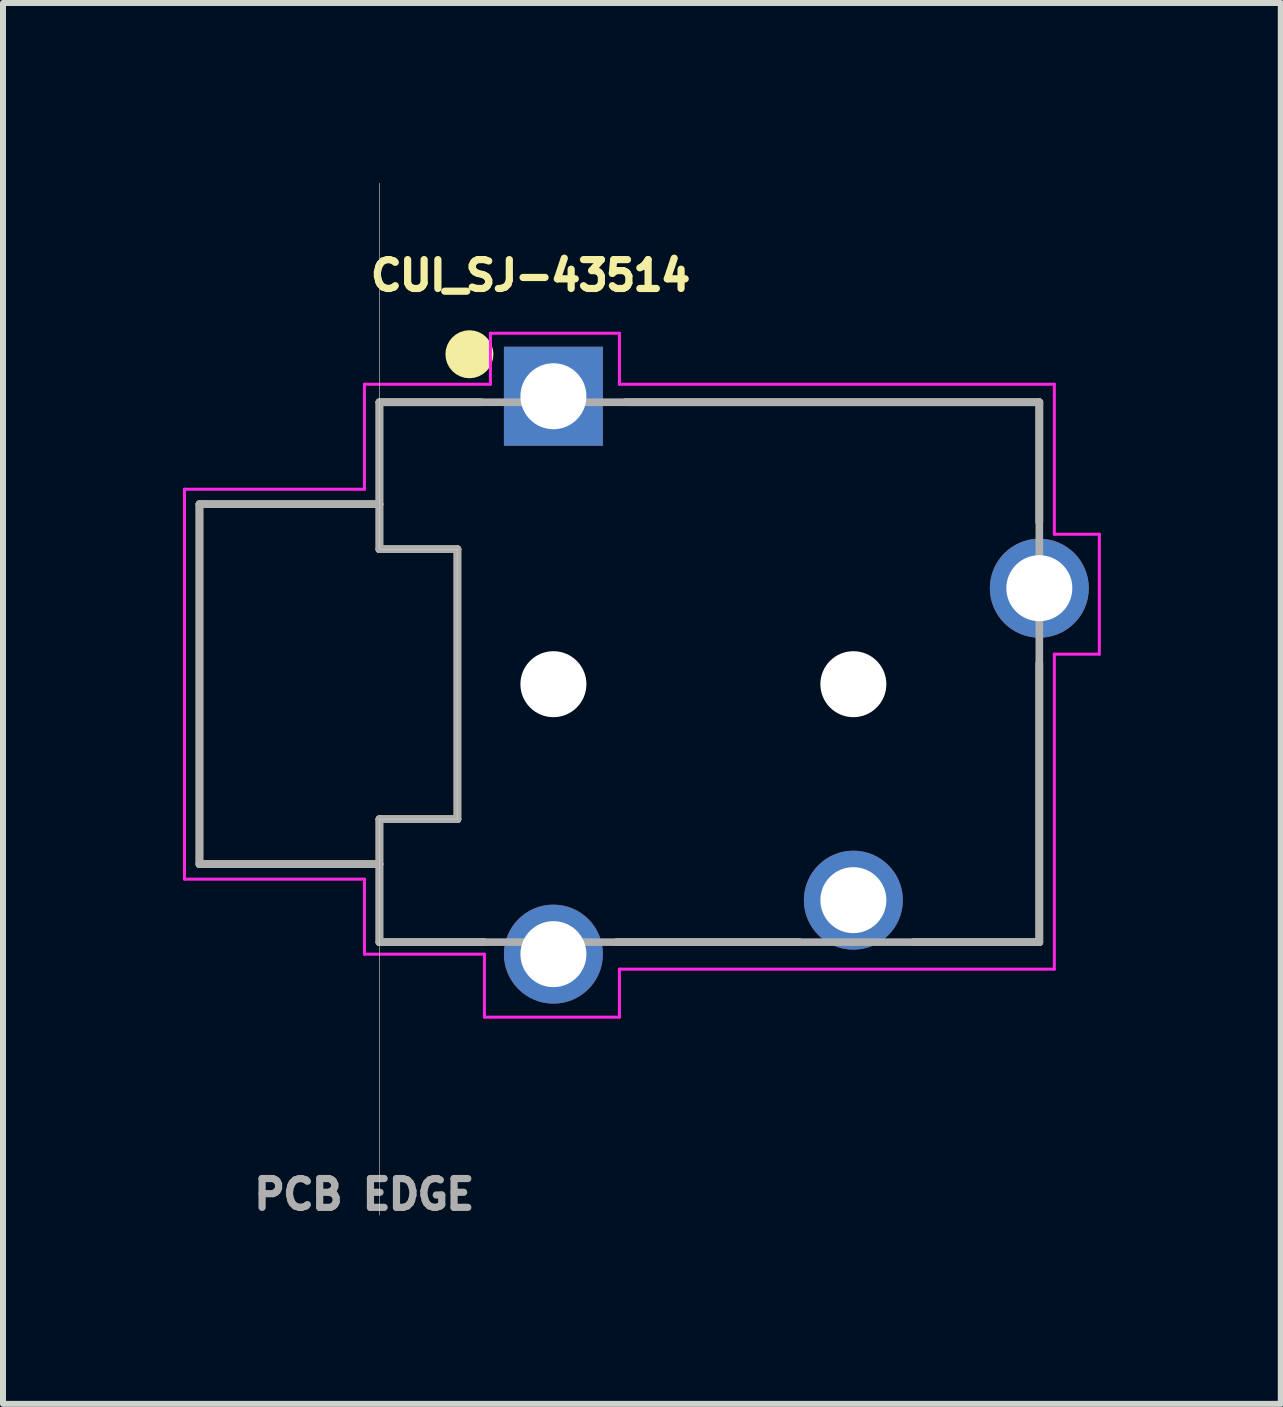
<source format=kicad_pcb>
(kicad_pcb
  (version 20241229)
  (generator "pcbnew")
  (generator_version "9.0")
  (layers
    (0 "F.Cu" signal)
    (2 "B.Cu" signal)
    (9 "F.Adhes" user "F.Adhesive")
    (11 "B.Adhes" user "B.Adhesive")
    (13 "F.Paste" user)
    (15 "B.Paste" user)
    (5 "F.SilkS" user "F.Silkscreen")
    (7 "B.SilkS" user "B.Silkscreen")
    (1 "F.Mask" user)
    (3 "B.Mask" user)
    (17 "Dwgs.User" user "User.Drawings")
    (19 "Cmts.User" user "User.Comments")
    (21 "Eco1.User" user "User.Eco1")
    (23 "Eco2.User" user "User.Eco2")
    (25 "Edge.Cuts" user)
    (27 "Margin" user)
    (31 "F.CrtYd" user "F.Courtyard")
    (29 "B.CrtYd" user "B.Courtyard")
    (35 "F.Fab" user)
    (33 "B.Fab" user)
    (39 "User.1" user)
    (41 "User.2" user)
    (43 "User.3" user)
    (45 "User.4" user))
  (footprint "CUI_SJ-43514"
    (layer "F.Cu")
    (at 8.775 8.355)
    (property "Reference" "CUI_SJ-43514" (at -2.98 -6.813 0) (layer "F.SilkS") (effects (font (size 0.481 0.481) (thickness 0.15))))
    (attr through_hole)
    (fp_line (start -8.5 -3) (end -5.5 -3) (stroke (width 0.127) (type solid)) (layer "F.SilkS"))
    (fp_line (start -8.5 3) (end -8.5 -3) (stroke (width 0.127) (type solid)) (layer "F.SilkS"))
    (fp_line (start -5.5 -4.7) (end -5.5 -3) (stroke (width 0.127) (type solid)) (layer "F.SilkS"))
    (fp_line (start -5.5 -3) (end -5.5 -2.25) (stroke (width 0.127) (type solid)) (layer "F.SilkS"))
    (fp_line (start -5.5 -2.25) (end -4.2 -2.25) (stroke (width 0.127) (type solid)) (layer "F.SilkS"))
    (fp_line (start -5.5 2.25) (end -5.5 3) (stroke (width 0.127) (type solid)) (layer "F.SilkS"))
    (fp_line (start -5.5 3) (end -8.5 3) (stroke (width 0.127) (type solid)) (layer "F.SilkS"))
    (fp_line (start -5.5 3) (end -5.5 4.3) (stroke (width 0.127) (type solid)) (layer "F.SilkS"))
    (fp_line (start -5.5 4.3) (end -3.75 4.3) (stroke (width 0.127) (type solid)) (layer "F.SilkS"))
    (fp_line (start -4.2 -2.25) (end -4.2 2.25) (stroke (width 0.127) (type solid)) (layer "F.SilkS"))
    (fp_line (start -4.2 2.25) (end -5.5 2.25) (stroke (width 0.127) (type solid)) (layer "F.SilkS"))
    (fp_line (start -3.8 -4.7) (end -5.5 -4.7) (stroke (width 0.127) (type solid)) (layer "F.SilkS"))
    (fp_line (start -1.4 -4.7) (end 5.5 -4.7) (stroke (width 0.127) (type solid)) (layer "F.SilkS"))
    (fp_line (start 1.5 4.3) (end -1.55 4.3) (stroke (width 0.127) (type solid)) (layer "F.SilkS"))
    (fp_line (start 5.5 -4.7) (end 5.5 -2.7) (stroke (width 0.127) (type solid)) (layer "F.SilkS"))
    (fp_line (start 5.5 -0.35) (end 5.5 4.3) (stroke (width 0.127) (type solid)) (layer "F.SilkS"))
    (fp_line (start 5.5 4.3) (end 3.4 4.3) (stroke (width 0.127) (type solid)) (layer "F.SilkS"))
    (fp_circle (center -4 -5.5) (end -3.8 -5.5) (stroke (width 0.4) (type solid)) (fill no) (layer "F.SilkS"))
    (fp_line (start -5.5 -8.35) (end -5.5 -2.25) (stroke (width 0.01) (type solid)) (layer "Edge.Cuts"))
    (fp_line (start -5.5 -2.25) (end -4.2 -2.25) (stroke (width 0.01) (type solid)) (layer "Edge.Cuts"))
    (fp_line (start -5.5 2.25) (end -5.5 8.85) (stroke (width 0.01) (type solid)) (layer "Edge.Cuts"))
    (fp_line (start -4.2 -2.25) (end -4.2 2.25) (stroke (width 0.01) (type solid)) (layer "Edge.Cuts"))
    (fp_line (start -4.2 2.25) (end -5.5 2.25) (stroke (width 0.01) (type solid)) (layer "Edge.Cuts"))
    (fp_line (start -8.75 -3.25) (end -5.75 -3.25) (stroke (width 0.05) (type solid)) (layer "F.CrtYd"))
    (fp_line (start -8.75 3.25) (end -8.75 -3.25) (stroke (width 0.05) (type solid)) (layer "F.CrtYd"))
    (fp_line (start -5.75 -5) (end -3.65 -5) (stroke (width 0.05) (type solid)) (layer "F.CrtYd"))
    (fp_line (start -5.75 -3.25) (end -5.75 -5) (stroke (width 0.05) (type solid)) (layer "F.CrtYd"))
    (fp_line (start -5.75 3.25) (end -8.75 3.25) (stroke (width 0.05) (type solid)) (layer "F.CrtYd"))
    (fp_line (start -5.75 4.5) (end -5.75 3.25) (stroke (width 0.05) (type solid)) (layer "F.CrtYd"))
    (fp_line (start -3.75 4.5) (end -5.75 4.5) (stroke (width 0.05) (type solid)) (layer "F.CrtYd"))
    (fp_line (start -3.75 5.55) (end -3.75 4.5) (stroke (width 0.05) (type solid)) (layer "F.CrtYd"))
    (fp_line (start -3.65 -5.85) (end -1.5 -5.85) (stroke (width 0.05) (type solid)) (layer "F.CrtYd"))
    (fp_line (start -3.65 -5) (end -3.65 -5.85) (stroke (width 0.05) (type solid)) (layer "F.CrtYd"))
    (fp_line (start -1.5 -5.85) (end -1.5 -5) (stroke (width 0.05) (type solid)) (layer "F.CrtYd"))
    (fp_line (start -1.5 -5) (end 5.75 -5) (stroke (width 0.05) (type solid)) (layer "F.CrtYd"))
    (fp_line (start -1.5 4.75) (end -1.5 5.55) (stroke (width 0.05) (type solid)) (layer "F.CrtYd"))
    (fp_line (start -1.5 5.55) (end -3.75 5.55) (stroke (width 0.05) (type solid)) (layer "F.CrtYd"))
    (fp_line (start 5.75 -5) (end 5.75 -2.5) (stroke (width 0.05) (type solid)) (layer "F.CrtYd"))
    (fp_line (start 5.75 -2.5) (end 6.5 -2.5) (stroke (width 0.05) (type solid)) (layer "F.CrtYd"))
    (fp_line (start 5.75 -0.5) (end 5.75 4.75) (stroke (width 0.05) (type solid)) (layer "F.CrtYd"))
    (fp_line (start 5.75 4.75) (end -1.5 4.75) (stroke (width 0.05) (type solid)) (layer "F.CrtYd"))
    (fp_line (start 6.5 -2.5) (end 6.5 -0.5) (stroke (width 0.05) (type solid)) (layer "F.CrtYd"))
    (fp_line (start 6.5 -0.5) (end 5.75 -0.5) (stroke (width 0.05) (type solid)) (layer "F.CrtYd"))
    (fp_line (start -8.5 -3) (end -8.5 3) (stroke (width 0.127) (type solid)) (layer "F.Fab"))
    (fp_line (start -8.5 3) (end -5.5 3) (stroke (width 0.127) (type solid)) (layer "F.Fab"))
    (fp_line (start -5.5 -4.7) (end -5.5 -3) (stroke (width 0.127) (type solid)) (layer "F.Fab"))
    (fp_line (start -5.5 -4.7) (end 5.5 -4.7) (stroke (width 0.127) (type solid)) (layer "F.Fab"))
    (fp_line (start -5.5 -3) (end -8.5 -3) (stroke (width 0.127) (type solid)) (layer "F.Fab"))
    (fp_line (start -5.5 -3) (end -5.5 -2.25) (stroke (width 0.127) (type solid)) (layer "F.Fab"))
    (fp_line (start -5.5 -2.25) (end -4.2 -2.25) (stroke (width 0.127) (type solid)) (layer "F.Fab"))
    (fp_line (start -5.5 2.25) (end -5.5 3) (stroke (width 0.127) (type solid)) (layer "F.Fab"))
    (fp_line (start -5.5 3) (end -5.5 4.3) (stroke (width 0.127) (type solid)) (layer "F.Fab"))
    (fp_line (start -5.5 4.3) (end 5.5 4.3) (stroke (width 0.127) (type solid)) (layer "F.Fab"))
    (fp_line (start -4.2 -2.25) (end -4.2 2.25) (stroke (width 0.127) (type solid)) (layer "F.Fab"))
    (fp_line (start -4.2 2.25) (end -5.5 2.25) (stroke (width 0.127) (type solid)) (layer "F.Fab"))
    (fp_line (start 5.5 -4.7) (end 5.5 4.3) (stroke (width 0.127) (type solid)) (layer "F.Fab"))
    (fp_text user "PCB EDGE" (at -5.753 8.505 0) (layer "F.Fab") (effects (font (size 0.48 0.48) (thickness 0.15))))
    (pad "" np_thru_hole circle (at -2.6 0) (size 1.1 1.1) (drill 1.1) (layers "*.Cu" "*.Mask"))
    (pad "" np_thru_hole circle (at 2.4 0) (size 1.1 1.1) (drill 1.1) (layers "*.Cu" "*.Mask"))
    (pad "1" thru_hole rect (at -2.6 -4.8) (size 1.65 1.65) (drill 1.1) (layers "*.Cu" "*.Mask"))
    (pad "2" thru_hole circle (at 2.4 3.6) (size 1.65 1.65) (drill 1.1) (layers "*.Cu" "*.Mask"))
    (pad "3" thru_hole circle (at 5.5 -1.6) (size 1.65 1.65) (drill 1.1) (layers "*.Cu" "*.Mask"))
    (pad "4" thru_hole circle (at -2.6 4.5) (size 1.65 1.65) (drill 1.1) (layers "*.Cu" "*.Mask")))
  (gr_rect
    (start -3 -3)
    (end 18.3 20.352)
    (stroke (width 0.1) (type default))
    (fill no)
    (layer "Edge.Cuts")))
</source>
